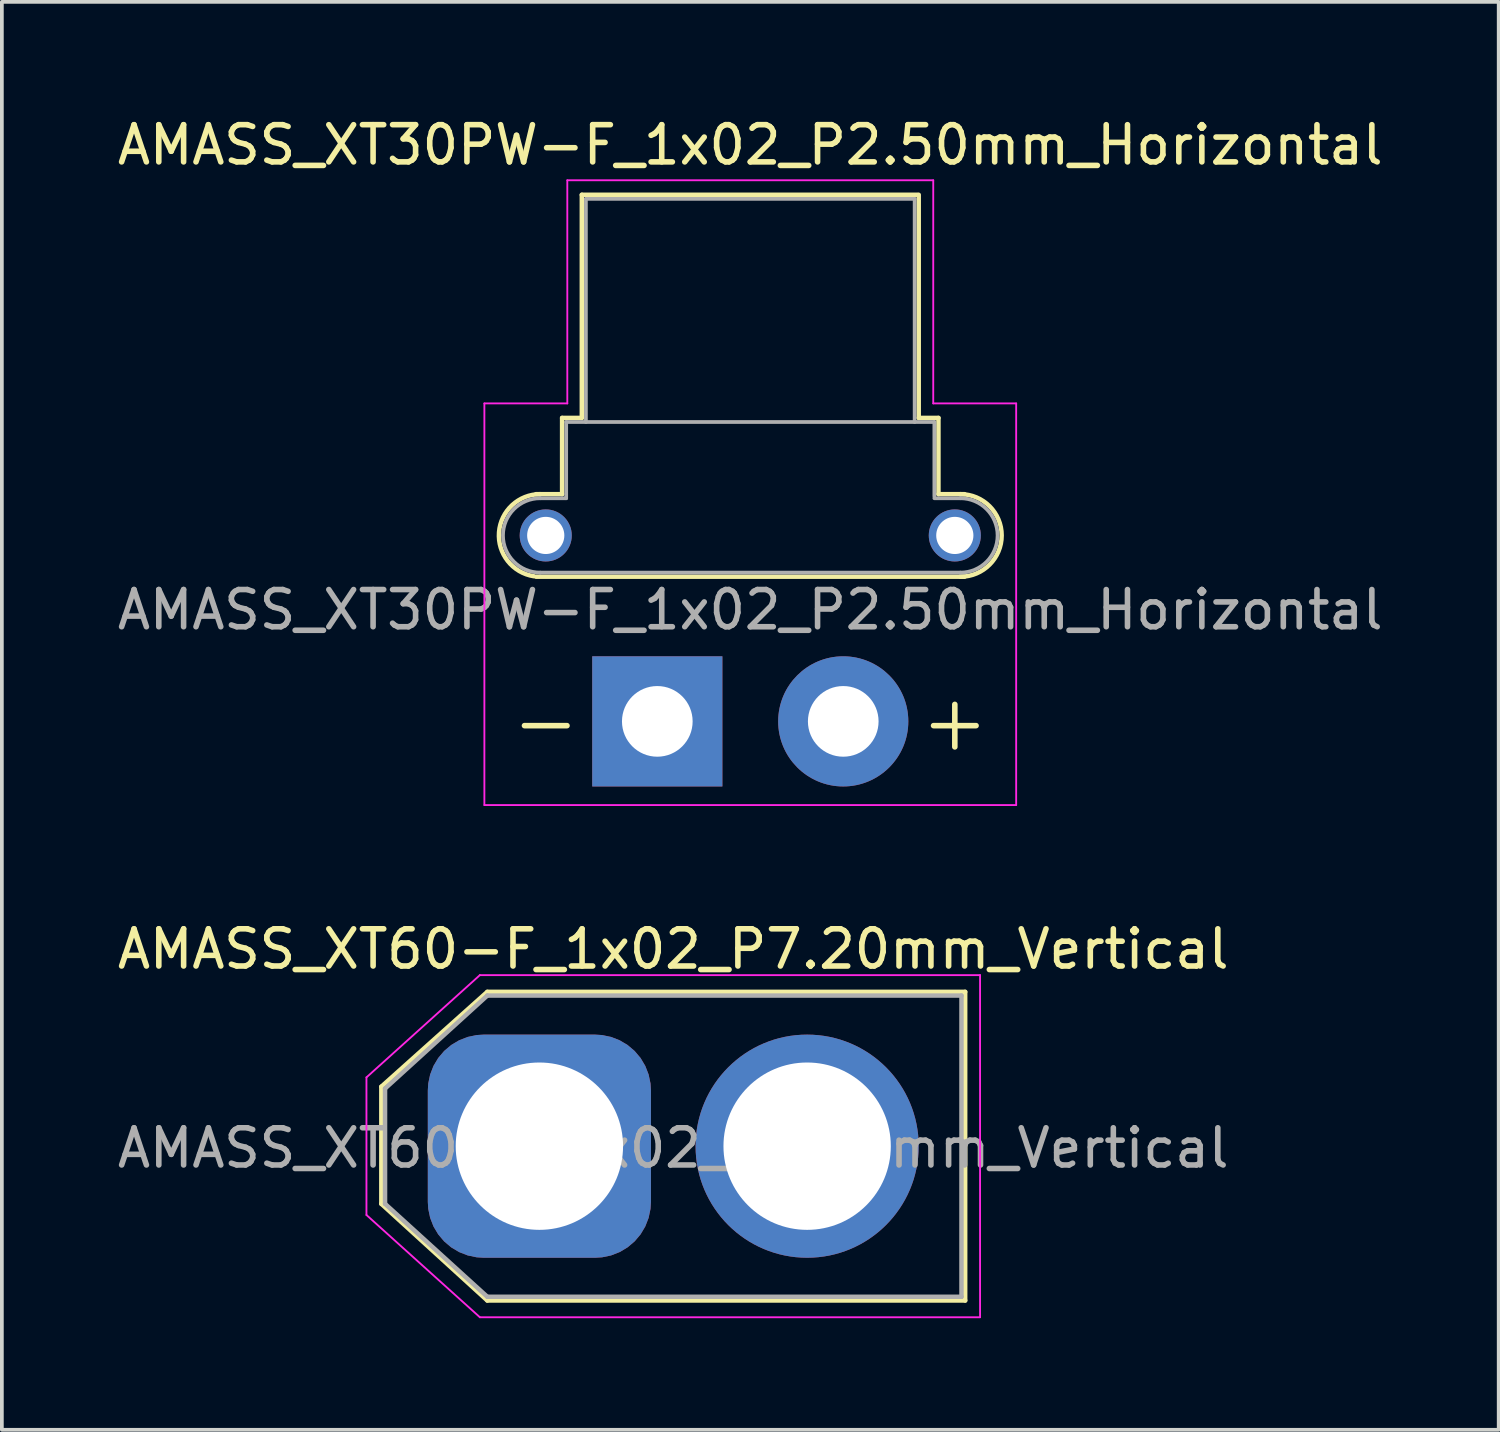
<source format=kicad_pcb>
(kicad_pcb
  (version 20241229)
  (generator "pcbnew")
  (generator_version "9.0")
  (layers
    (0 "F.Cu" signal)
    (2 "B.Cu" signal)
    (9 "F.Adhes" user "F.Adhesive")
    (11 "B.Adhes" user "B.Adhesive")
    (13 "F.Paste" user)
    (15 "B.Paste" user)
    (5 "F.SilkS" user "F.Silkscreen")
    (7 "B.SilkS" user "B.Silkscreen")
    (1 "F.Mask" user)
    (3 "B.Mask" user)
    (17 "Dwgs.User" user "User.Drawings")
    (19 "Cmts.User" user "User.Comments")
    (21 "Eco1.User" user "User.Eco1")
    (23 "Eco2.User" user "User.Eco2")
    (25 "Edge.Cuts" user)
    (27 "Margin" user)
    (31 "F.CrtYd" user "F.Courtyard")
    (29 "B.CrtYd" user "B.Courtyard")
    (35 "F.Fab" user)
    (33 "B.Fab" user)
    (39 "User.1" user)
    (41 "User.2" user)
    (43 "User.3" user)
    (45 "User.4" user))
  (footprint "AMASS_XT60-F_1x02_P7.20mm_Vertical"
    (layer "F.Cu")
    (at 11.454 27.771)
    (property "Reference" "AMASS_XT60-F_1x02_P7.20mm_Vertical" (at 3.6 -5.3 180) (layer "F.SilkS") (effects (font (size 1 1) (thickness 0.15))))
    (attr through_hole)
    (fp_line (start -4.25 -1.6) (end -4.25 1.55) (stroke (width 0.12) (type solid)) (layer "F.SilkS"))
    (fp_line (start -4.25 1.55) (end -1.4 4.15) (stroke (width 0.12) (type solid)) (layer "F.SilkS"))
    (fp_line (start -1.4 -4.15) (end -4.25 -1.6) (stroke (width 0.12) (type solid)) (layer "F.SilkS"))
    (fp_line (start -1.4 4.15) (end 11.45 4.15) (stroke (width 0.12) (type solid)) (layer "F.SilkS"))
    (fp_line (start 11.45 -4.15) (end -1.4 -4.15) (stroke (width 0.12) (type solid)) (layer "F.SilkS"))
    (fp_line (start 11.45 4.15) (end 11.45 -4.15) (stroke (width 0.12) (type solid)) (layer "F.SilkS"))
    (fp_line (start -4.65 -1.85) (end -1.6 -4.6) (stroke (width 0.05) (type solid)) (layer "F.CrtYd"))
    (fp_line (start -4.65 1.85) (end -4.65 -1.85) (stroke (width 0.05) (type solid)) (layer "F.CrtYd"))
    (fp_line (start -1.6 -4.6) (end 11.85 -4.6) (stroke (width 0.05) (type solid)) (layer "F.CrtYd"))
    (fp_line (start -1.6 4.6) (end -4.65 1.85) (stroke (width 0.05) (type solid)) (layer "F.CrtYd"))
    (fp_line (start 11.85 -4.6) (end 11.85 4.6) (stroke (width 0.05) (type solid)) (layer "F.CrtYd"))
    (fp_line (start 11.85 4.6) (end -1.6 4.6) (stroke (width 0.05) (type solid)) (layer "F.CrtYd"))
    (fp_line (start -4.15 -1.55) (end -4.15 1.55) (stroke (width 0.12) (type solid)) (layer "F.Fab"))
    (fp_line (start -4.15 1.55) (end -1.4 4.05) (stroke (width 0.12) (type solid)) (layer "F.Fab"))
    (fp_line (start -1.4 -4.05) (end -4.15 -1.55) (stroke (width 0.12) (type solid)) (layer "F.Fab"))
    (fp_line (start -1.4 4.05) (end 11.35 4.05) (stroke (width 0.12) (type solid)) (layer "F.Fab"))
    (fp_line (start 11.35 -4.05) (end -1.4 -4.05) (stroke (width 0.12) (type solid)) (layer "F.Fab"))
    (fp_line (start 11.35 4.05) (end 11.35 -4.05) (stroke (width 0.12) (type solid)) (layer "F.Fab"))
    (fp_text user "${REFERENCE}" (at 3.6 0.05 0) (layer "F.Fab") (effects (font (size 1 1) (thickness 0.15))))
    (pad "1" thru_hole roundrect (at 0 0) (size 6 6) (drill 4.5) (layers "*.Cu" "*.Mask") (roundrect_rratio 0.25))
    (pad "2" thru_hole circle (at 7.2 0) (size 6 6) (drill 4.5) (layers "*.Cu" "*.Mask")))
  (footprint "AMASS_XT30PW-F_1x02_P2.50mm_Horizontal"
    (layer "F.Cu")
    (at 14.625 16.348)
    (property "Reference" "AMASS_XT30PW-F_1x02_P2.50mm_Horizontal" (at 2.5 -15.5 0) (layer "F.SilkS") (effects (font (size 1 1) (thickness 0.15))))
    (attr through_hole)
    (fp_line (start -3.26 -6.11) (end -2.56 -6.11) (stroke (width 0.12) (type solid)) (layer "F.SilkS"))
    (fp_line (start -3.26 -3.89) (end 8.26 -3.89) (stroke (width 0.12) (type solid)) (layer "F.SilkS"))
    (fp_line (start -2.56 -8.16) (end -2.56 -6.11) (stroke (width 0.12) (type solid)) (layer "F.SilkS"))
    (fp_line (start -2.56 -8.16) (end -2.03 -8.16) (stroke (width 0.12) (type solid)) (layer "F.SilkS"))
    (fp_line (start -2.03 -14.16) (end -2.03 -8.16) (stroke (width 0.12) (type solid)) (layer "F.SilkS"))
    (fp_line (start -2.03 -14.16) (end 7 -14.16) (stroke (width 0.12) (type solid)) (layer "F.SilkS"))
    (fp_line (start 7.03 -14.16) (end 7.03 -8.16) (stroke (width 0.12) (type solid)) (layer "F.SilkS"))
    (fp_line (start 7.03 -8.16) (end 7.56 -8.16) (stroke (width 0.12) (type solid)) (layer "F.SilkS"))
    (fp_line (start 7.56 -8.16) (end 7.56 -6.11) (stroke (width 0.12) (type solid)) (layer "F.SilkS"))
    (fp_line (start 7.56 -6.11) (end 8.26 -6.11) (stroke (width 0.12) (type solid)) (layer "F.SilkS"))
    (fp_arc (start -3.321729 -3.903365) (mid -4.256653 -5.086124) (end -3.15 -6.11) (stroke (width 0.12) (type solid)) (layer "F.SilkS"))
    (fp_arc (start 8.15 -6.11) (mid 9.26 -5) (end 8.15 -3.89) (stroke (width 0.12) (type solid)) (layer "F.SilkS"))
    (fp_line (start -4.65 -8.55) (end -4.65 2.25) (stroke (width 0.05) (type solid)) (layer "F.CrtYd"))
    (fp_line (start -4.65 -8.55) (end -2.42 -8.55) (stroke (width 0.05) (type solid)) (layer "F.CrtYd"))
    (fp_line (start -4.65 2.25) (end 9.65 2.25) (stroke (width 0.05) (type solid)) (layer "F.CrtYd"))
    (fp_line (start -2.42 -14.55) (end -2.42 -8.55) (stroke (width 0.05) (type solid)) (layer "F.CrtYd"))
    (fp_line (start -2.42 -14.55) (end 7.42 -14.55) (stroke (width 0.05) (type solid)) (layer "F.CrtYd"))
    (fp_line (start 7.42 -14.55) (end 7.42 -8.55) (stroke (width 0.05) (type solid)) (layer "F.CrtYd"))
    (fp_line (start 7.42 -8.55) (end 9.65 -8.55) (stroke (width 0.05) (type solid)) (layer "F.CrtYd"))
    (fp_line (start 9.65 -8.55) (end 9.65 2.25) (stroke (width 0.05) (type solid)) (layer "F.CrtYd"))
    (fp_line (start -3.15 -6) (end -2.45 -6) (stroke (width 0.1) (type solid)) (layer "F.Fab"))
    (fp_line (start -3.15 -4) (end 8.15 -4) (stroke (width 0.1) (type solid)) (layer "F.Fab"))
    (fp_line (start -2.45 -8.05) (end -2.45 -6) (stroke (width 0.1) (type solid)) (layer "F.Fab"))
    (fp_line (start -2.45 -8.05) (end 7.45 -8.05) (stroke (width 0.1) (type solid)) (layer "F.Fab"))
    (fp_line (start -1.92 -14.05) (end -1.92 -8.05) (stroke (width 0.1) (type solid)) (layer "F.Fab"))
    (fp_line (start -1.92 -14.05) (end 6.92 -14.05) (stroke (width 0.1) (type solid)) (layer "F.Fab"))
    (fp_line (start 6.92 -14.05) (end 6.92 -8.05) (stroke (width 0.1) (type solid)) (layer "F.Fab"))
    (fp_line (start 7.45 -8.05) (end 7.45 -6.05) (stroke (width 0.1) (type solid)) (layer "F.Fab"))
    (fp_line (start 7.45 -6) (end 8.15 -6) (stroke (width 0.1) (type solid)) (layer "F.Fab"))
    (fp_arc (start -3.15 -4) (mid -4.15 -5) (end -3.15 -6) (stroke (width 0.1) (type solid)) (layer "F.Fab"))
    (fp_arc (start 8.15 -6) (mid 9.15 -5) (end 8.15 -4) (stroke (width 0.1) (type solid)) (layer "F.Fab"))
    (fp_text user "+" (at 8 0 0) (layer "F.SilkS") (effects (font (size 1.5 1.5) (thickness 0.15))))
    (fp_text user "-" (at -3 0 0) (layer "F.SilkS") (effects (font (size 1.5 1.5) (thickness 0.15))))
    (fp_text user "${REFERENCE}" (at 2.5 -3 0) (layer "F.Fab") (effects (font (size 1 1) (thickness 0.15))))
    (pad "" thru_hole circle (at -3 -5 90) (size 1.4 1.4) (drill 1) (layers "*.Cu" "*.Mask"))
    (pad "" thru_hole circle (at 8 -5) (size 1.4 1.4) (drill 1) (layers "*.Cu" "*.Mask"))
    (pad "1" thru_hole rect (at 0 0) (size 3.5 3.5) (drill 1.9) (layers "*.Cu" "*.Mask"))
    (pad "2" thru_hole circle (at 5 0) (size 3.5 3.5) (drill 1.9) (layers "*.Cu" "*.Mask")))
  (gr_rect
    (start -3 -3)
    (end 37.25 35.397)
    (stroke (width 0.1) (type default))
    (fill no)
    (layer "Edge.Cuts")))
</source>
